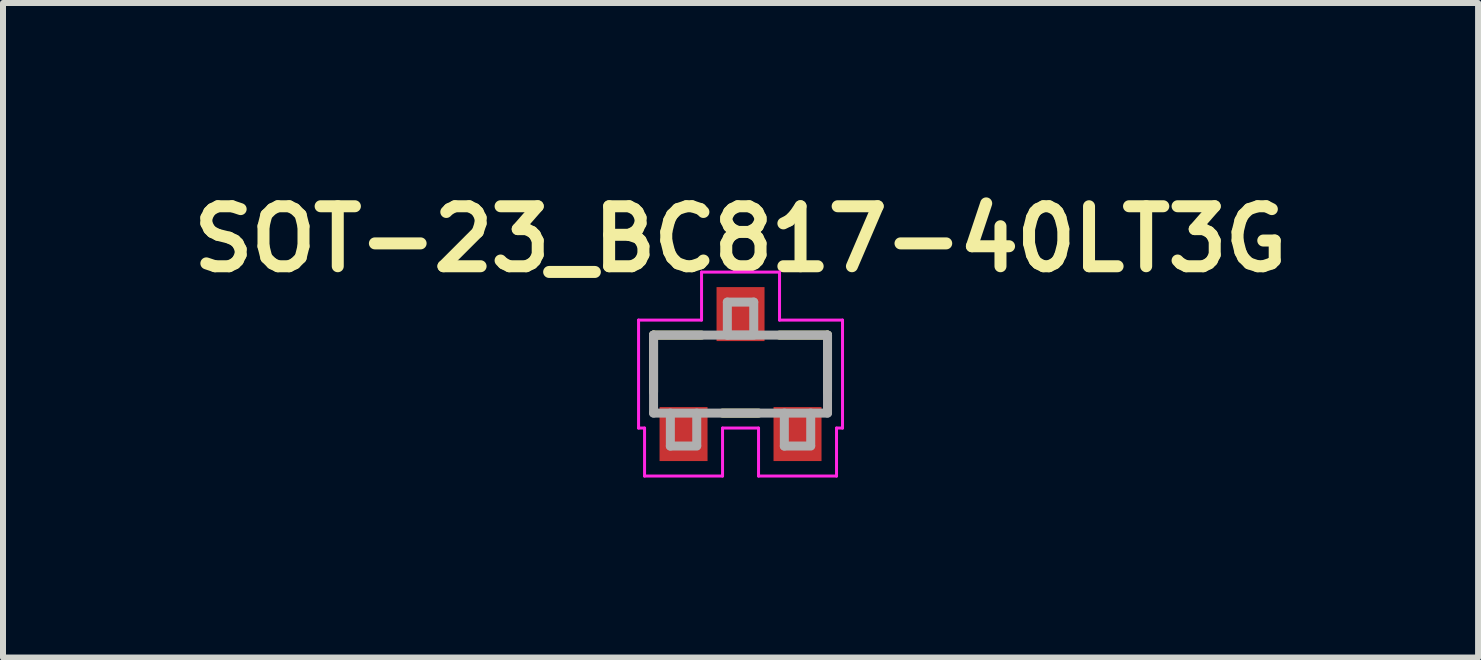
<source format=kicad_pcb>
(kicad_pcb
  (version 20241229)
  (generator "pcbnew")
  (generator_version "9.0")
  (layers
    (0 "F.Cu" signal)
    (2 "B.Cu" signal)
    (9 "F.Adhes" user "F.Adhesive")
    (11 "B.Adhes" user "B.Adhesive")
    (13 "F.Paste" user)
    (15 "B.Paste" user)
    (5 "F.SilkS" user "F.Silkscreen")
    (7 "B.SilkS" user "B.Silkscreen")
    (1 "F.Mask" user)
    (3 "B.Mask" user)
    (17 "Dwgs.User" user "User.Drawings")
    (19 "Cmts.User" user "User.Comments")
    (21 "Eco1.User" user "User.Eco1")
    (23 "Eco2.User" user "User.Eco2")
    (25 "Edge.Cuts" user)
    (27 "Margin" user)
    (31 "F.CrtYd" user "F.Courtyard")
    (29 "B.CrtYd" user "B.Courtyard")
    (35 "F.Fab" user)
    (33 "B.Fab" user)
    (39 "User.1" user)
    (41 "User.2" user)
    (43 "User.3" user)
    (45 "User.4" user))
  (footprint "SOT-23_BC817-40LT3G"
    (layer "F.Cu")
    (at 9.295 3.186)
    (property "Reference" "SOT-23_BC817-40LT3G" (at 0 -2.25 0) (layer "F.SilkS") (effects (font (size 1 1) (thickness 0.2))))
    (attr smd)
    (fp_line (start -1.45 -0.65) (end -0.65 -0.65) (stroke (width 0.15) (type solid)) (layer "F.SilkS"))
    (fp_line (start -1.45 0.3) (end -1.45 -0.65) (stroke (width 0.15) (type solid)) (layer "F.SilkS"))
    (fp_line (start -0.3 0.65) (end 0.3 0.65) (stroke (width 0.15) (type solid)) (layer "F.SilkS"))
    (fp_line (start 1.45 -0.65) (end 0.65 -0.65) (stroke (width 0.15) (type solid)) (layer "F.SilkS"))
    (fp_line (start 1.45 -0.65) (end 1.45 0.3) (stroke (width 0.15) (type solid)) (layer "F.SilkS"))
    (fp_line (start -1.7 -0.9) (end -1.7 0.9) (stroke (width 0.05) (type solid)) (layer "F.CrtYd"))
    (fp_line (start -1.7 0.9) (end -1.6 0.9) (stroke (width 0.05) (type solid)) (layer "F.CrtYd"))
    (fp_line (start -1.6 0.9) (end -1.6 1.7) (stroke (width 0.05) (type solid)) (layer "F.CrtYd"))
    (fp_line (start -1.6 1.7) (end -0.3 1.7) (stroke (width 0.05) (type solid)) (layer "F.CrtYd"))
    (fp_line (start -0.65 -1.7) (end -0.65 -0.9) (stroke (width 0.05) (type solid)) (layer "F.CrtYd"))
    (fp_line (start -0.65 -0.9) (end -1.7 -0.9) (stroke (width 0.05) (type solid)) (layer "F.CrtYd"))
    (fp_line (start -0.3 0.9) (end 0.3 0.9) (stroke (width 0.05) (type solid)) (layer "F.CrtYd"))
    (fp_line (start -0.3 1.7) (end -0.3 0.9) (stroke (width 0.05) (type solid)) (layer "F.CrtYd"))
    (fp_line (start 0.3 0.9) (end 0.3 1.7) (stroke (width 0.05) (type solid)) (layer "F.CrtYd"))
    (fp_line (start 0.3 1.7) (end 1.6 1.7) (stroke (width 0.05) (type solid)) (layer "F.CrtYd"))
    (fp_line (start 0.65 -1.7) (end -0.65 -1.7) (stroke (width 0.05) (type solid)) (layer "F.CrtYd"))
    (fp_line (start 0.65 -0.9) (end 0.65 -1.7) (stroke (width 0.05) (type solid)) (layer "F.CrtYd"))
    (fp_line (start 1.6 0.9) (end 1.7 0.9) (stroke (width 0.05) (type solid)) (layer "F.CrtYd"))
    (fp_line (start 1.6 1.7) (end 1.6 0.9) (stroke (width 0.05) (type solid)) (layer "F.CrtYd"))
    (fp_line (start 1.7 -0.9) (end 0.65 -0.9) (stroke (width 0.05) (type solid)) (layer "F.CrtYd"))
    (fp_line (start 1.7 0.9) (end 1.7 -0.9) (stroke (width 0.05) (type solid)) (layer "F.CrtYd"))
    (fp_line (start -1.45 -0.65) (end 1.45 -0.65) (stroke (width 0.15) (type solid)) (layer "F.Fab"))
    (fp_line (start -1.45 0.65) (end -1.45 -0.65) (stroke (width 0.15) (type solid)) (layer "F.Fab"))
    (fp_line (start -1.17 0.65) (end -0.73 0.65) (stroke (width 0.1) (type solid)) (layer "F.Fab"))
    (fp_line (start -1.17 1.2) (end -1.17 0.65) (stroke (width 0.15) (type solid)) (layer "F.Fab"))
    (fp_line (start -0.73 0.65) (end -0.73 1.19) (stroke (width 0.15) (type solid)) (layer "F.Fab"))
    (fp_line (start -0.73 1.2) (end -1.17 1.2) (stroke (width 0.15) (type solid)) (layer "F.Fab"))
    (fp_line (start -0.22 -1.2) (end 0.22 -1.2) (stroke (width 0.15) (type solid)) (layer "F.Fab"))
    (fp_line (start -0.22 -0.65) (end -0.22 -1.2) (stroke (width 0.15) (type solid)) (layer "F.Fab"))
    (fp_line (start 0.22 -1.2) (end 0.22 -0.66) (stroke (width 0.15) (type solid)) (layer "F.Fab"))
    (fp_line (start 0.22 -0.65) (end -0.22 -0.65) (stroke (width 0.15) (type solid)) (layer "F.Fab"))
    (fp_line (start 0.73 0.65) (end 1.17 0.65) (stroke (width 0.1) (type solid)) (layer "F.Fab"))
    (fp_line (start 0.73 1.2) (end 0.73 0.65) (stroke (width 0.15) (type solid)) (layer "F.Fab"))
    (fp_line (start 1.17 0.65) (end 1.17 1.19) (stroke (width 0.15) (type solid)) (layer "F.Fab"))
    (fp_line (start 1.17 1.2) (end 0.73 1.2) (stroke (width 0.15) (type solid)) (layer "F.Fab"))
    (fp_line (start 1.45 -0.65) (end 1.45 0.65) (stroke (width 0.15) (type solid)) (layer "F.Fab"))
    (fp_line (start 1.45 0.65) (end -1.45 0.65) (stroke (width 0.15) (type solid)) (layer "F.Fab"))
    (pad "b" smd rect (at -0.95 1) (size 0.8 0.9) (layers "F.Cu" "F.Mask" "F.Paste"))
    (pad "c" smd rect (at 0 -1) (size 0.8 0.9) (layers "F.Cu" "F.Mask" "F.Paste"))
    (pad "e" smd rect (at 0.95 1) (size 0.8 0.9) (layers "F.Cu" "F.Mask" "F.Paste")))
  (gr_rect
    (start -3 -3)
    (end 21.59 7.911)
    (stroke (width 0.1) (type default))
    (fill no)
    (layer "Edge.Cuts")))
</source>
